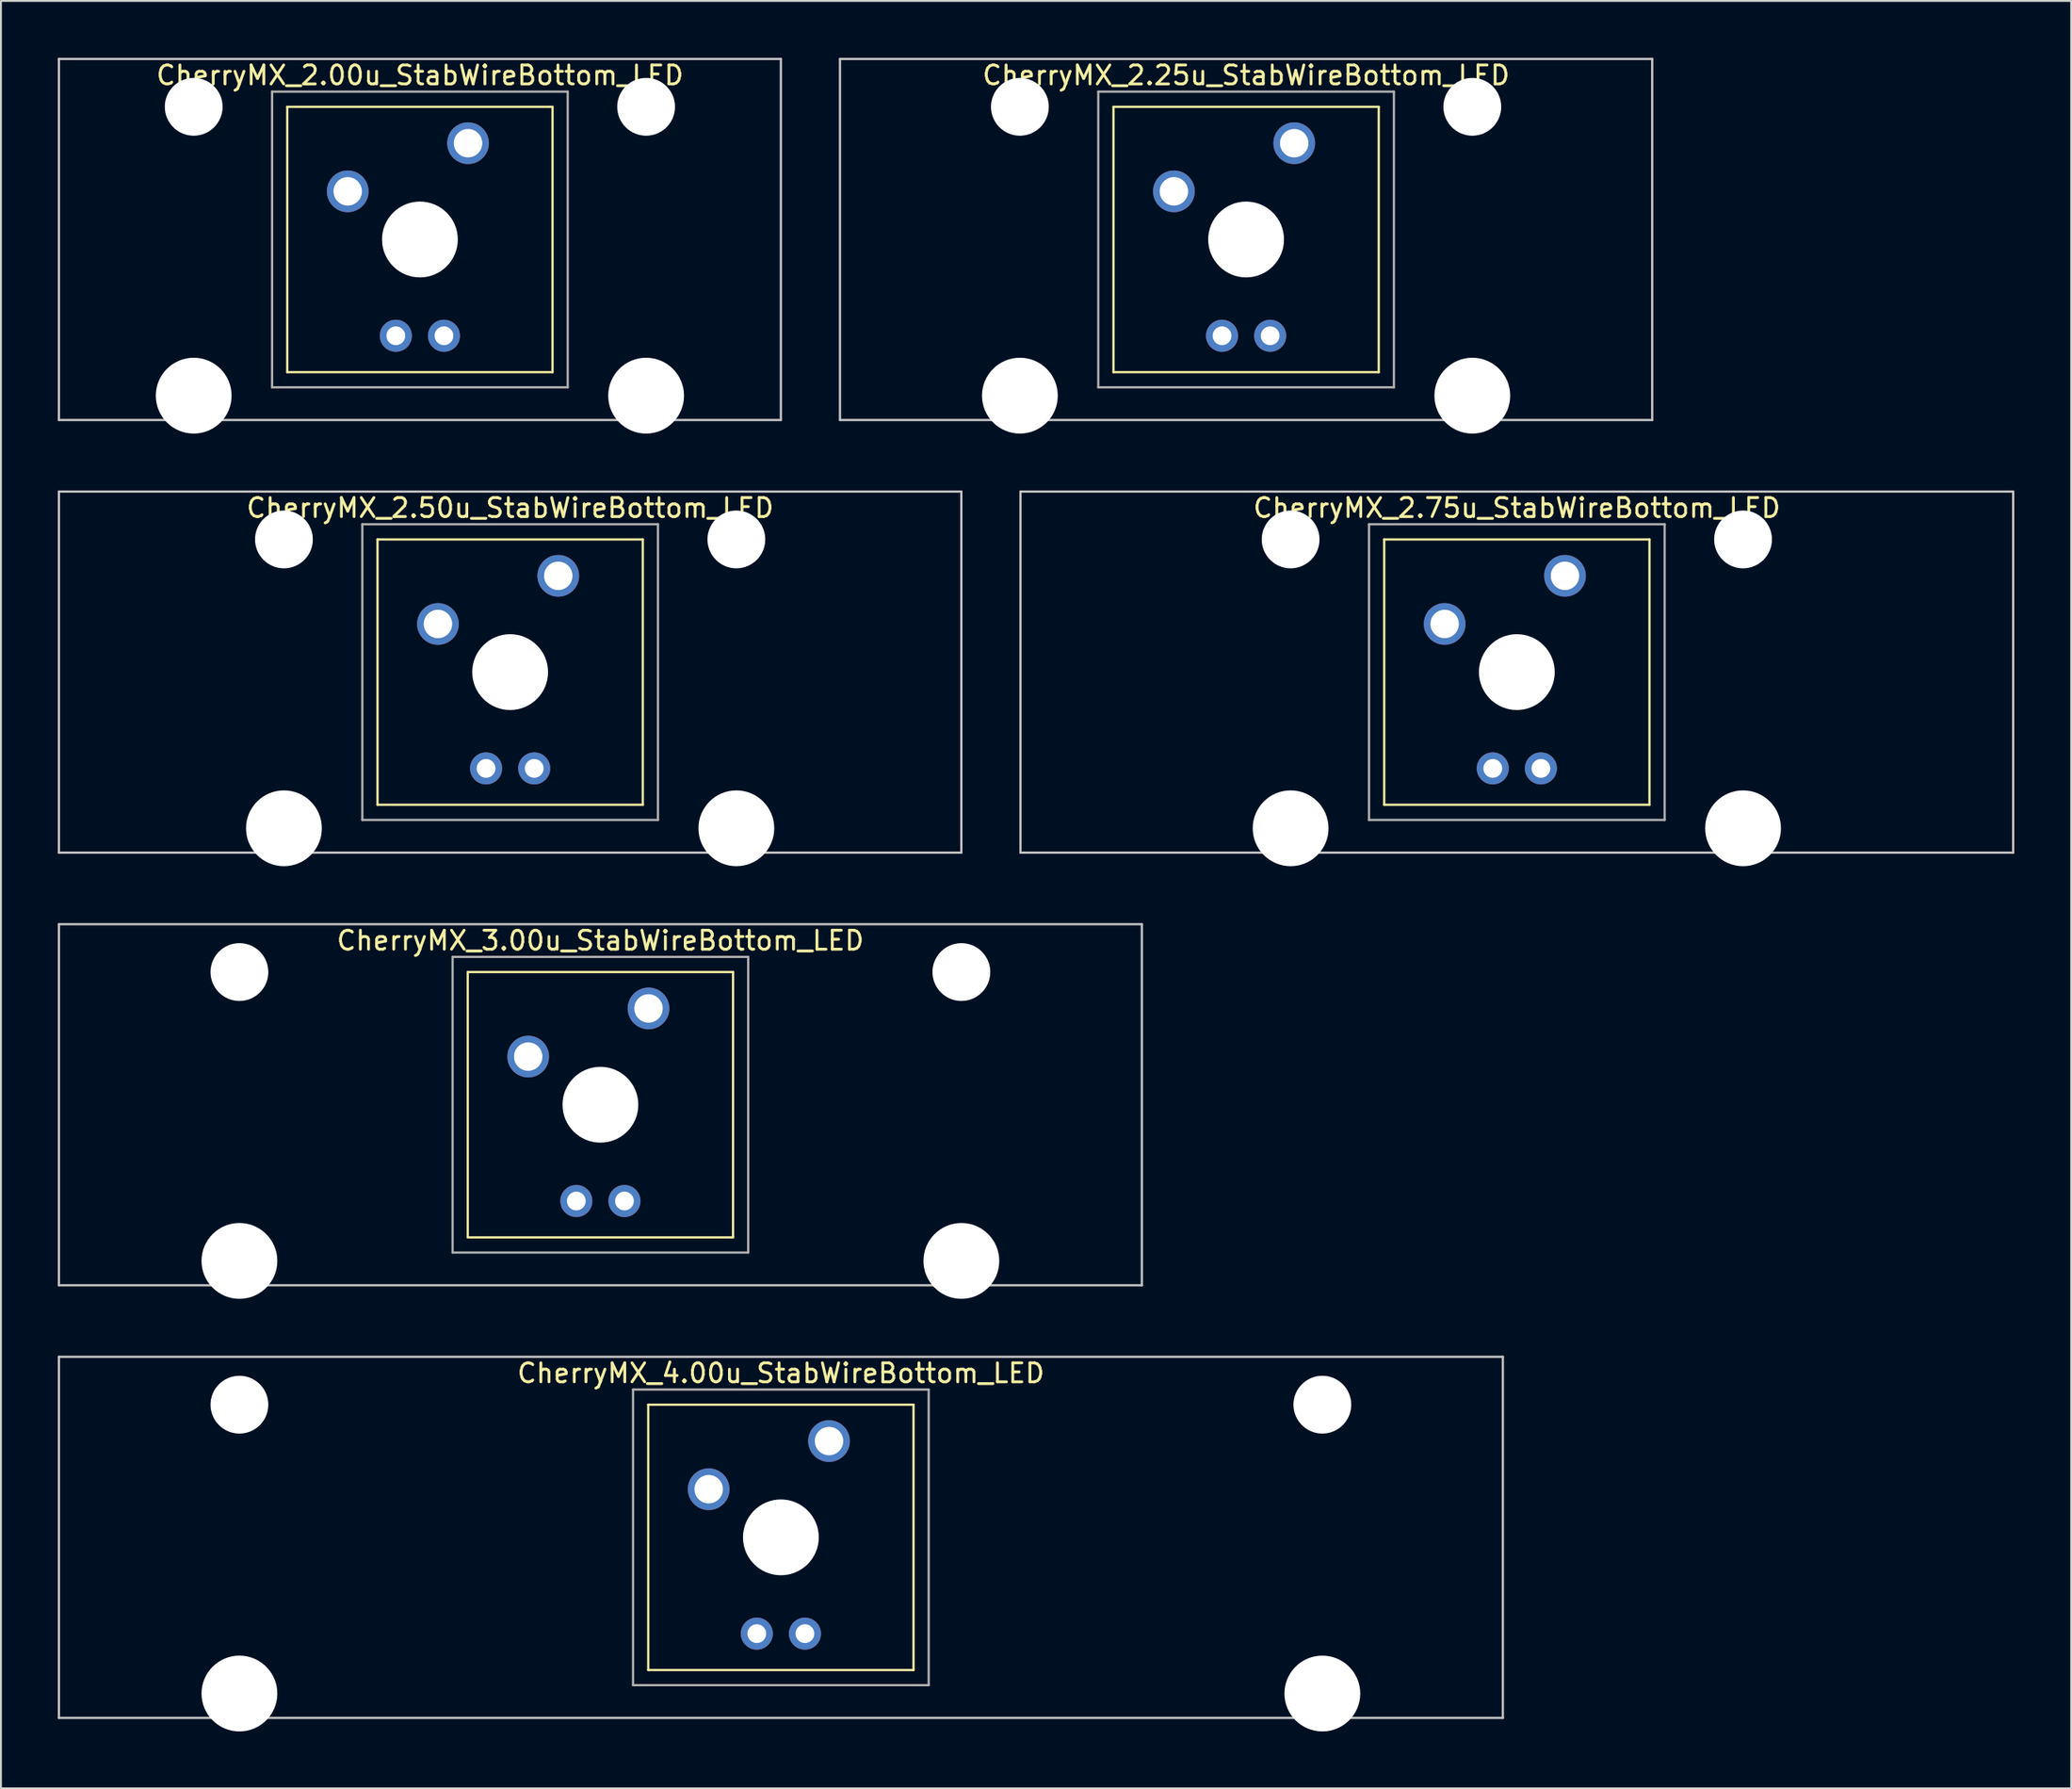
<source format=kicad_pcb>
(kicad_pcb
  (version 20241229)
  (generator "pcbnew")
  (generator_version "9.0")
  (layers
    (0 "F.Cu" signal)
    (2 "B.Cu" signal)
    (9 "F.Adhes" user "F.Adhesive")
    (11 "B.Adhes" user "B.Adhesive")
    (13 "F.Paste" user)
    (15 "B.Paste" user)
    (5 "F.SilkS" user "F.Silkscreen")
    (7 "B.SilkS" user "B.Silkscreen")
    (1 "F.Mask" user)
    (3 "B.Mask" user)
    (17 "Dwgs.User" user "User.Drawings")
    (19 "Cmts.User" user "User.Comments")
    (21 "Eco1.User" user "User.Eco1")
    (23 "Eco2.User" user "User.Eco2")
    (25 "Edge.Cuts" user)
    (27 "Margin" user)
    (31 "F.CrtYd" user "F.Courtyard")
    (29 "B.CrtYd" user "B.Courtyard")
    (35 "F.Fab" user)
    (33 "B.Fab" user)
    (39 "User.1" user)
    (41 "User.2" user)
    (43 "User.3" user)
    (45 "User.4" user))
  (footprint "CherryMX_3.00u_StabWireBottom_LED"
    (layer "F.Cu")
    (at 28.635 55.235)
    (property "Reference" "CherryMX_3.00u_StabWireBottom_LED" (at 0 -8.662 0) (layer "F.SilkS") (effects (font (size 1 1) (thickness 0.15))))
    (attr through_hole)
    (fp_line (start -7 -7) (end -7 7) (stroke (width 0.12) (type solid)) (layer "F.SilkS"))
    (fp_line (start -7 -7) (end 7 -7) (stroke (width 0.12) (type solid)) (layer "F.SilkS"))
    (fp_line (start 7 -7) (end 7 7) (stroke (width 0.12) (type solid)) (layer "F.SilkS"))
    (fp_line (start 7 7) (end -7 7) (stroke (width 0.12) (type solid)) (layer "F.SilkS"))
    (fp_line (start -28.575 -9.525) (end 28.575 -9.525) (stroke (width 0.12) (type solid)) (layer "Dwgs.User"))
    (fp_line (start -28.575 9.525) (end -28.575 -9.525) (stroke (width 0.12) (type solid)) (layer "Dwgs.User"))
    (fp_line (start 28.575 -9.525) (end 28.575 9.525) (stroke (width 0.12) (type solid)) (layer "Dwgs.User"))
    (fp_line (start 28.575 9.525) (end -28.575 9.525) (stroke (width 0.12) (type solid)) (layer "Dwgs.User"))
    (fp_line (start -7.8 -7.8) (end -7.8 7.8) (stroke (width 0.12) (type solid)) (layer "F.Fab"))
    (fp_line (start -7.8 -7.8) (end 7.8 -7.8) (stroke (width 0.12) (type solid)) (layer "F.Fab"))
    (fp_line (start -7.8 7.8) (end 7.8 7.8) (stroke (width 0.12) (type solid)) (layer "F.Fab"))
    (fp_line (start 7.8 -7.8) (end 7.8 7.8) (stroke (width 0.12) (type solid)) (layer "F.Fab"))
    (pad "" np_thru_hole circle (at -19.05 -7) (size 3.05 3.05) (drill 3.05) (layers "*.Cu" "*.Mask"))
    (pad "" np_thru_hole circle (at -19.05 8.24) (size 4 4) (drill 4) (layers "*.Cu" "*.Mask"))
    (pad "" np_thru_hole circle (at 0 0) (size 4 4) (drill 4) (layers "*.Cu" "*.Mask"))
    (pad "" np_thru_hole circle (at 19.05 -7) (size 3.05 3.05) (drill 3.05) (layers "*.Cu" "*.Mask"))
    (pad "" np_thru_hole circle (at 19.05 8.24) (size 4 4) (drill 4) (layers "*.Cu" "*.Mask"))
    (pad "1" thru_hole circle (at -3.81 -2.54) (size 2.2 2.2) (drill 1.5) (layers "*.Cu" "*.Mask"))
    (pad "2" thru_hole circle (at 2.54 -5.08) (size 2.2 2.2) (drill 1.5) (layers "*.Cu" "*.Mask"))
    (pad "3" thru_hole circle (at -1.27 5.08) (size 1.691 1.691) (drill 0.991) (layers "*.Cu" "*.Mask"))
    (pad "4" thru_hole circle (at 1.27 5.08) (size 1.691 1.691) (drill 0.991) (layers "*.Cu" "*.Mask")))
  (footprint "CherryMX_2.50u_StabWireBottom_LED"
    (layer "F.Cu")
    (at 23.872 32.41)
    (property "Reference" "CherryMX_2.50u_StabWireBottom_LED" (at 0 -8.662 0) (layer "F.SilkS") (effects (font (size 1 1) (thickness 0.15))))
    (attr through_hole)
    (fp_line (start -7 -7) (end -7 7) (stroke (width 0.12) (type solid)) (layer "F.SilkS"))
    (fp_line (start -7 -7) (end 7 -7) (stroke (width 0.12) (type solid)) (layer "F.SilkS"))
    (fp_line (start 7 -7) (end 7 7) (stroke (width 0.12) (type solid)) (layer "F.SilkS"))
    (fp_line (start 7 7) (end -7 7) (stroke (width 0.12) (type solid)) (layer "F.SilkS"))
    (fp_line (start -23.812 -9.525) (end 23.812 -9.525) (stroke (width 0.12) (type solid)) (layer "Dwgs.User"))
    (fp_line (start -23.812 9.525) (end -23.812 -9.525) (stroke (width 0.12) (type solid)) (layer "Dwgs.User"))
    (fp_line (start 23.812 -9.525) (end 23.812 9.525) (stroke (width 0.12) (type solid)) (layer "Dwgs.User"))
    (fp_line (start 23.812 9.525) (end -23.812 9.525) (stroke (width 0.12) (type solid)) (layer "Dwgs.User"))
    (fp_line (start -7.8 -7.8) (end -7.8 7.8) (stroke (width 0.12) (type solid)) (layer "F.Fab"))
    (fp_line (start -7.8 -7.8) (end 7.8 -7.8) (stroke (width 0.12) (type solid)) (layer "F.Fab"))
    (fp_line (start -7.8 7.8) (end 7.8 7.8) (stroke (width 0.12) (type solid)) (layer "F.Fab"))
    (fp_line (start 7.8 -7.8) (end 7.8 7.8) (stroke (width 0.12) (type solid)) (layer "F.Fab"))
    (pad "" np_thru_hole circle (at -11.938 -7) (size 3.05 3.05) (drill 3.05) (layers "*.Cu" "*.Mask"))
    (pad "" np_thru_hole circle (at -11.938 8.24) (size 4 4) (drill 4) (layers "*.Cu" "*.Mask"))
    (pad "" np_thru_hole circle (at 0 0) (size 4 4) (drill 4) (layers "*.Cu" "*.Mask"))
    (pad "" np_thru_hole circle (at 11.938 -7) (size 3.05 3.05) (drill 3.05) (layers "*.Cu" "*.Mask"))
    (pad "" np_thru_hole circle (at 11.938 8.24) (size 4 4) (drill 4) (layers "*.Cu" "*.Mask"))
    (pad "1" thru_hole circle (at -3.81 -2.54) (size 2.2 2.2) (drill 1.5) (layers "*.Cu" "*.Mask"))
    (pad "2" thru_hole circle (at 2.54 -5.08) (size 2.2 2.2) (drill 1.5) (layers "*.Cu" "*.Mask"))
    (pad "3" thru_hole circle (at -1.27 5.08) (size 1.691 1.691) (drill 0.991) (layers "*.Cu" "*.Mask"))
    (pad "4" thru_hole circle (at 1.27 5.08) (size 1.691 1.691) (drill 0.991) (layers "*.Cu" "*.Mask")))
  (footprint "CherryMX_2.25u_StabWireBottom_LED"
    (layer "F.Cu")
    (at 62.711 9.585)
    (property "Reference" "CherryMX_2.25u_StabWireBottom_LED" (at 0 -8.662 0) (layer "F.SilkS") (effects (font (size 1 1) (thickness 0.15))))
    (attr through_hole)
    (fp_line (start -7 -7) (end -7 7) (stroke (width 0.12) (type solid)) (layer "F.SilkS"))
    (fp_line (start -7 -7) (end 7 -7) (stroke (width 0.12) (type solid)) (layer "F.SilkS"))
    (fp_line (start 7 -7) (end 7 7) (stroke (width 0.12) (type solid)) (layer "F.SilkS"))
    (fp_line (start 7 7) (end -7 7) (stroke (width 0.12) (type solid)) (layer "F.SilkS"))
    (fp_line (start -21.431 -9.525) (end 21.431 -9.525) (stroke (width 0.12) (type solid)) (layer "Dwgs.User"))
    (fp_line (start -21.431 9.525) (end -21.431 -9.525) (stroke (width 0.12) (type solid)) (layer "Dwgs.User"))
    (fp_line (start 21.431 -9.525) (end 21.431 9.525) (stroke (width 0.12) (type solid)) (layer "Dwgs.User"))
    (fp_line (start 21.431 9.525) (end -21.431 9.525) (stroke (width 0.12) (type solid)) (layer "Dwgs.User"))
    (fp_line (start -7.8 -7.8) (end -7.8 7.8) (stroke (width 0.12) (type solid)) (layer "F.Fab"))
    (fp_line (start -7.8 -7.8) (end 7.8 -7.8) (stroke (width 0.12) (type solid)) (layer "F.Fab"))
    (fp_line (start -7.8 7.8) (end 7.8 7.8) (stroke (width 0.12) (type solid)) (layer "F.Fab"))
    (fp_line (start 7.8 -7.8) (end 7.8 7.8) (stroke (width 0.12) (type solid)) (layer "F.Fab"))
    (pad "" np_thru_hole circle (at -11.938 -7) (size 3.05 3.05) (drill 3.05) (layers "*.Cu" "*.Mask"))
    (pad "" np_thru_hole circle (at -11.938 8.24) (size 4 4) (drill 4) (layers "*.Cu" "*.Mask"))
    (pad "" np_thru_hole circle (at 0 0) (size 4 4) (drill 4) (layers "*.Cu" "*.Mask"))
    (pad "" np_thru_hole circle (at 11.938 -7) (size 3.05 3.05) (drill 3.05) (layers "*.Cu" "*.Mask"))
    (pad "" np_thru_hole circle (at 11.938 8.24) (size 4 4) (drill 4) (layers "*.Cu" "*.Mask"))
    (pad "1" thru_hole circle (at -3.81 -2.54) (size 2.2 2.2) (drill 1.5) (layers "*.Cu" "*.Mask"))
    (pad "2" thru_hole circle (at 2.54 -5.08) (size 2.2 2.2) (drill 1.5) (layers "*.Cu" "*.Mask"))
    (pad "3" thru_hole circle (at -1.27 5.08) (size 1.691 1.691) (drill 0.991) (layers "*.Cu" "*.Mask"))
    (pad "4" thru_hole circle (at 1.27 5.08) (size 1.691 1.691) (drill 0.991) (layers "*.Cu" "*.Mask")))
  (footprint "CherryMX_2.75u_StabWireBottom_LED"
    (layer "F.Cu")
    (at 76.999 32.41)
    (property "Reference" "CherryMX_2.75u_StabWireBottom_LED" (at 0 -8.662 0) (layer "F.SilkS") (effects (font (size 1 1) (thickness 0.15))))
    (attr through_hole)
    (fp_line (start -7 -7) (end -7 7) (stroke (width 0.12) (type solid)) (layer "F.SilkS"))
    (fp_line (start -7 -7) (end 7 -7) (stroke (width 0.12) (type solid)) (layer "F.SilkS"))
    (fp_line (start 7 -7) (end 7 7) (stroke (width 0.12) (type solid)) (layer "F.SilkS"))
    (fp_line (start 7 7) (end -7 7) (stroke (width 0.12) (type solid)) (layer "F.SilkS"))
    (fp_line (start -26.194 -9.525) (end 26.194 -9.525) (stroke (width 0.12) (type solid)) (layer "Dwgs.User"))
    (fp_line (start -26.194 9.525) (end -26.194 -9.525) (stroke (width 0.12) (type solid)) (layer "Dwgs.User"))
    (fp_line (start 26.194 -9.525) (end 26.194 9.525) (stroke (width 0.12) (type solid)) (layer "Dwgs.User"))
    (fp_line (start 26.194 9.525) (end -26.194 9.525) (stroke (width 0.12) (type solid)) (layer "Dwgs.User"))
    (fp_line (start -7.8 -7.8) (end -7.8 7.8) (stroke (width 0.12) (type solid)) (layer "F.Fab"))
    (fp_line (start -7.8 -7.8) (end 7.8 -7.8) (stroke (width 0.12) (type solid)) (layer "F.Fab"))
    (fp_line (start -7.8 7.8) (end 7.8 7.8) (stroke (width 0.12) (type solid)) (layer "F.Fab"))
    (fp_line (start 7.8 -7.8) (end 7.8 7.8) (stroke (width 0.12) (type solid)) (layer "F.Fab"))
    (pad "" np_thru_hole circle (at -11.938 -7) (size 3.05 3.05) (drill 3.05) (layers "*.Cu" "*.Mask"))
    (pad "" np_thru_hole circle (at -11.938 8.24) (size 4 4) (drill 4) (layers "*.Cu" "*.Mask"))
    (pad "" np_thru_hole circle (at 0 0) (size 4 4) (drill 4) (layers "*.Cu" "*.Mask"))
    (pad "" np_thru_hole circle (at 11.938 -7) (size 3.05 3.05) (drill 3.05) (layers "*.Cu" "*.Mask"))
    (pad "" np_thru_hole circle (at 11.938 8.24) (size 4 4) (drill 4) (layers "*.Cu" "*.Mask"))
    (pad "1" thru_hole circle (at -3.81 -2.54) (size 2.2 2.2) (drill 1.5) (layers "*.Cu" "*.Mask"))
    (pad "2" thru_hole circle (at 2.54 -5.08) (size 2.2 2.2) (drill 1.5) (layers "*.Cu" "*.Mask"))
    (pad "3" thru_hole circle (at -1.27 5.08) (size 1.691 1.691) (drill 0.991) (layers "*.Cu" "*.Mask"))
    (pad "4" thru_hole circle (at 1.27 5.08) (size 1.691 1.691) (drill 0.991) (layers "*.Cu" "*.Mask")))
  (footprint "CherryMX_2.00u_StabWireBottom_LED"
    (layer "F.Cu")
    (at 19.11 9.585)
    (property "Reference" "CherryMX_2.00u_StabWireBottom_LED" (at 0 -8.662 0) (layer "F.SilkS") (effects (font (size 1 1) (thickness 0.15))))
    (attr through_hole)
    (fp_line (start -7 -7) (end -7 7) (stroke (width 0.12) (type solid)) (layer "F.SilkS"))
    (fp_line (start -7 -7) (end 7 -7) (stroke (width 0.12) (type solid)) (layer "F.SilkS"))
    (fp_line (start 7 -7) (end 7 7) (stroke (width 0.12) (type solid)) (layer "F.SilkS"))
    (fp_line (start 7 7) (end -7 7) (stroke (width 0.12) (type solid)) (layer "F.SilkS"))
    (fp_line (start -19.05 -9.525) (end 19.05 -9.525) (stroke (width 0.12) (type solid)) (layer "Dwgs.User"))
    (fp_line (start -19.05 9.525) (end -19.05 -9.525) (stroke (width 0.12) (type solid)) (layer "Dwgs.User"))
    (fp_line (start 19.05 -9.525) (end 19.05 9.525) (stroke (width 0.12) (type solid)) (layer "Dwgs.User"))
    (fp_line (start 19.05 9.525) (end -19.05 9.525) (stroke (width 0.12) (type solid)) (layer "Dwgs.User"))
    (fp_line (start -7.8 -7.8) (end -7.8 7.8) (stroke (width 0.12) (type solid)) (layer "F.Fab"))
    (fp_line (start -7.8 -7.8) (end 7.8 -7.8) (stroke (width 0.12) (type solid)) (layer "F.Fab"))
    (fp_line (start -7.8 7.8) (end 7.8 7.8) (stroke (width 0.12) (type solid)) (layer "F.Fab"))
    (fp_line (start 7.8 -7.8) (end 7.8 7.8) (stroke (width 0.12) (type solid)) (layer "F.Fab"))
    (pad "" np_thru_hole circle (at -11.938 -7) (size 3.05 3.05) (drill 3.05) (layers "*.Cu" "*.Mask"))
    (pad "" np_thru_hole circle (at -11.938 8.24) (size 4 4) (drill 4) (layers "*.Cu" "*.Mask"))
    (pad "" np_thru_hole circle (at 0 0) (size 4 4) (drill 4) (layers "*.Cu" "*.Mask"))
    (pad "" np_thru_hole circle (at 11.938 -7) (size 3.05 3.05) (drill 3.05) (layers "*.Cu" "*.Mask"))
    (pad "" np_thru_hole circle (at 11.938 8.24) (size 4 4) (drill 4) (layers "*.Cu" "*.Mask"))
    (pad "1" thru_hole circle (at -3.81 -2.54) (size 2.2 2.2) (drill 1.5) (layers "*.Cu" "*.Mask"))
    (pad "2" thru_hole circle (at 2.54 -5.08) (size 2.2 2.2) (drill 1.5) (layers "*.Cu" "*.Mask"))
    (pad "3" thru_hole circle (at -1.27 5.08) (size 1.691 1.691) (drill 0.991) (layers "*.Cu" "*.Mask"))
    (pad "4" thru_hole circle (at 1.27 5.08) (size 1.691 1.691) (drill 0.991) (layers "*.Cu" "*.Mask")))
  (footprint "CherryMX_4.00u_StabWireBottom_LED"
    (layer "F.Cu")
    (at 38.16 78.06)
    (property "Reference" "CherryMX_4.00u_StabWireBottom_LED" (at 0 -8.662 0) (layer "F.SilkS") (effects (font (size 1 1) (thickness 0.15))))
    (attr through_hole)
    (fp_line (start -7 -7) (end -7 7) (stroke (width 0.12) (type solid)) (layer "F.SilkS"))
    (fp_line (start -7 -7) (end 7 -7) (stroke (width 0.12) (type solid)) (layer "F.SilkS"))
    (fp_line (start 7 -7) (end 7 7) (stroke (width 0.12) (type solid)) (layer "F.SilkS"))
    (fp_line (start 7 7) (end -7 7) (stroke (width 0.12) (type solid)) (layer "F.SilkS"))
    (fp_line (start -38.1 -9.525) (end 38.1 -9.525) (stroke (width 0.12) (type solid)) (layer "Dwgs.User"))
    (fp_line (start -38.1 9.525) (end -38.1 -9.525) (stroke (width 0.12) (type solid)) (layer "Dwgs.User"))
    (fp_line (start 38.1 -9.525) (end 38.1 9.525) (stroke (width 0.12) (type solid)) (layer "Dwgs.User"))
    (fp_line (start 38.1 9.525) (end -38.1 9.525) (stroke (width 0.12) (type solid)) (layer "Dwgs.User"))
    (fp_line (start -7.8 -7.8) (end -7.8 7.8) (stroke (width 0.12) (type solid)) (layer "F.Fab"))
    (fp_line (start -7.8 -7.8) (end 7.8 -7.8) (stroke (width 0.12) (type solid)) (layer "F.Fab"))
    (fp_line (start -7.8 7.8) (end 7.8 7.8) (stroke (width 0.12) (type solid)) (layer "F.Fab"))
    (fp_line (start 7.8 -7.8) (end 7.8 7.8) (stroke (width 0.12) (type solid)) (layer "F.Fab"))
    (pad "" np_thru_hole circle (at -28.575 -7) (size 3.05 3.05) (drill 3.05) (layers "*.Cu" "*.Mask"))
    (pad "" np_thru_hole circle (at -28.575 8.24) (size 4 4) (drill 4) (layers "*.Cu" "*.Mask"))
    (pad "" np_thru_hole circle (at 0 0) (size 4 4) (drill 4) (layers "*.Cu" "*.Mask"))
    (pad "" np_thru_hole circle (at 28.575 -7) (size 3.05 3.05) (drill 3.05) (layers "*.Cu" "*.Mask"))
    (pad "" np_thru_hole circle (at 28.575 8.24) (size 4 4) (drill 4) (layers "*.Cu" "*.Mask"))
    (pad "1" thru_hole circle (at -3.81 -2.54) (size 2.2 2.2) (drill 1.5) (layers "*.Cu" "*.Mask"))
    (pad "2" thru_hole circle (at 2.54 -5.08) (size 2.2 2.2) (drill 1.5) (layers "*.Cu" "*.Mask"))
    (pad "3" thru_hole circle (at -1.27 5.08) (size 1.691 1.691) (drill 0.991) (layers "*.Cu" "*.Mask"))
    (pad "4" thru_hole circle (at 1.27 5.08) (size 1.691 1.691) (drill 0.991) (layers "*.Cu" "*.Mask")))
  (gr_rect
    (start -3 -3)
    (end 106.252 91.3)
    (stroke (width 0.1) (type default))
    (fill no)
    (layer "Edge.Cuts")))
</source>
